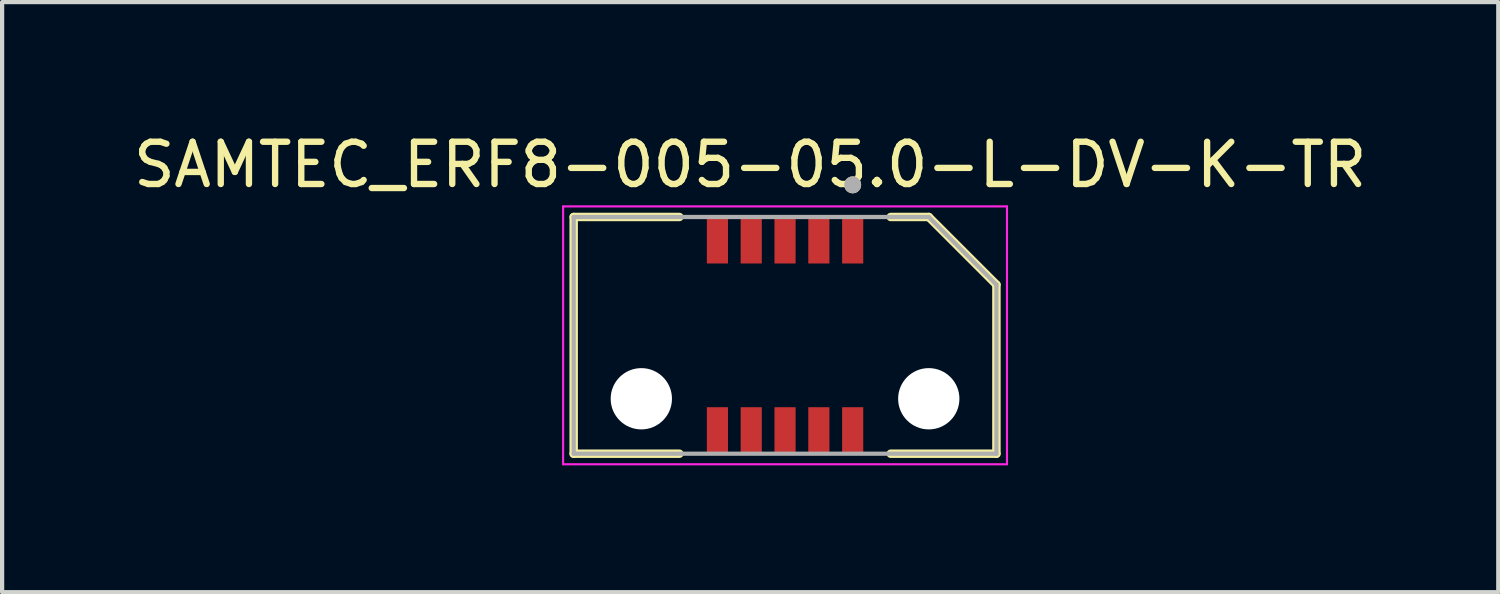
<source format=kicad_pcb>
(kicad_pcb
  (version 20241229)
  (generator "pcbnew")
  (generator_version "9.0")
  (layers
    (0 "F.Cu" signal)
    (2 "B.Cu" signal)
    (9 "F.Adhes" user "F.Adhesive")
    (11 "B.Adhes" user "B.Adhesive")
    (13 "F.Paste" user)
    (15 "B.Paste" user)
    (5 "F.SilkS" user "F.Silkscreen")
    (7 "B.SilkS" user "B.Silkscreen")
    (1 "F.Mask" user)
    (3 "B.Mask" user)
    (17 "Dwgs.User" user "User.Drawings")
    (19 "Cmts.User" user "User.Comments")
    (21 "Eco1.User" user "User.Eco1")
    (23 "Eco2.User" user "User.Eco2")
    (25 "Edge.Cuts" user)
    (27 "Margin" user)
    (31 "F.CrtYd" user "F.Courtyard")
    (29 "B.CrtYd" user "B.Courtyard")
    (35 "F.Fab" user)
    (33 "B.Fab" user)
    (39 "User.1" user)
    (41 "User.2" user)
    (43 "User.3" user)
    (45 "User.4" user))
  (footprint "SAMTEC_ERF8-005-05.0-L-DV-K-TR"
    (layer "F.Cu")
    (at 15.521 4.883)
    (property "Reference" "SAMTEC_ERF8-005-05.0-L-DV-K-TR" (at -0.825 -4.035 0) (layer "F.SilkS") (effects (font (size 1 1) (thickness 0.15))))
    (attr smd)
    (fp_line (start -5 -2.8) (end -2.5 -2.8) (stroke (width 0.2) (type solid)) (layer "F.SilkS"))
    (fp_line (start -5 2.8) (end -5 -2.8) (stroke (width 0.2) (type solid)) (layer "F.SilkS"))
    (fp_line (start -5 2.8) (end -2.5 2.8) (stroke (width 0.2) (type solid)) (layer "F.SilkS"))
    (fp_line (start 3.4 -2.8) (end 2.5 -2.8) (stroke (width 0.2) (type solid)) (layer "F.SilkS"))
    (fp_line (start 5 -1.2) (end 3.4 -2.8) (stroke (width 0.2) (type solid)) (layer "F.SilkS"))
    (fp_line (start 5 2.8) (end 2.5 2.8) (stroke (width 0.2) (type solid)) (layer "F.SilkS"))
    (fp_line (start 5 2.8) (end 5 -1.2) (stroke (width 0.2) (type solid)) (layer "F.SilkS"))
    (fp_circle (center 1.6 -3.56) (end 1.7 -3.56) (stroke (width 0.2) (type solid)) (fill no) (layer "F.SilkS"))
    (fp_line (start -5.25 -3.05) (end 5.25 -3.05) (stroke (width 0.05) (type solid)) (layer "F.CrtYd"))
    (fp_line (start -5.25 3.05) (end -5.25 -3.05) (stroke (width 0.05) (type solid)) (layer "F.CrtYd"))
    (fp_line (start 5.25 -3.05) (end 5.25 3.05) (stroke (width 0.05) (type solid)) (layer "F.CrtYd"))
    (fp_line (start 5.25 3.05) (end -5.25 3.05) (stroke (width 0.05) (type solid)) (layer "F.CrtYd"))
    (fp_line (start -5 -2.8) (end 3.4 -2.8) (stroke (width 0.1) (type solid)) (layer "F.Fab"))
    (fp_line (start -5 2.8) (end -5 -2.8) (stroke (width 0.1) (type solid)) (layer "F.Fab"))
    (fp_line (start 5 -1.2) (end 3.4 -2.8) (stroke (width 0.1) (type solid)) (layer "F.Fab"))
    (fp_line (start 5 -1.2) (end 5 2.8) (stroke (width 0.1) (type solid)) (layer "F.Fab"))
    (fp_line (start 5 2.8) (end -5 2.8) (stroke (width 0.1) (type solid)) (layer "F.Fab"))
    (fp_circle (center 1.6 -3.56) (end 1.7 -3.56) (stroke (width 0.2) (type solid)) (fill no) (layer "F.Fab"))
    (pad "" np_thru_hole circle (at -3.4 1.5) (size 1.45 1.45) (drill 1.45) (layers "*.Cu" "*.Mask"))
    (pad "" np_thru_hole circle (at 3.4 1.5) (size 1.45 1.45) (drill 1.45) (layers "*.Cu" "*.Mask"))
    (pad "01" smd rect (at 1.6 -2.25) (size 0.5 1.1) (layers "F.Cu" "F.Mask" "F.Paste"))
    (pad "02" smd rect (at 1.6 2.25) (size 0.5 1.1) (layers "F.Cu" "F.Mask" "F.Paste"))
    (pad "03" smd rect (at 0.8 -2.25) (size 0.5 1.1) (layers "F.Cu" "F.Mask" "F.Paste"))
    (pad "04" smd rect (at 0.8 2.25) (size 0.5 1.1) (layers "F.Cu" "F.Mask" "F.Paste"))
    (pad "05" smd rect (at 0 -2.25) (size 0.5 1.1) (layers "F.Cu" "F.Mask" "F.Paste"))
    (pad "06" smd rect (at 0 2.25) (size 0.5 1.1) (layers "F.Cu" "F.Mask" "F.Paste"))
    (pad "07" smd rect (at -0.8 -2.25) (size 0.5 1.1) (layers "F.Cu" "F.Mask" "F.Paste"))
    (pad "08" smd rect (at -0.8 2.25) (size 0.5 1.1) (layers "F.Cu" "F.Mask" "F.Paste"))
    (pad "09" smd rect (at -1.6 -2.25) (size 0.5 1.1) (layers "F.Cu" "F.Mask" "F.Paste"))
    (pad "10" smd rect (at -1.6 2.25) (size 0.5 1.1) (layers "F.Cu" "F.Mask" "F.Paste")))
  (gr_rect
    (start -3 -3)
    (end 32.393 10.958)
    (stroke (width 0.1) (type default))
    (fill no)
    (layer "Edge.Cuts")))
</source>
